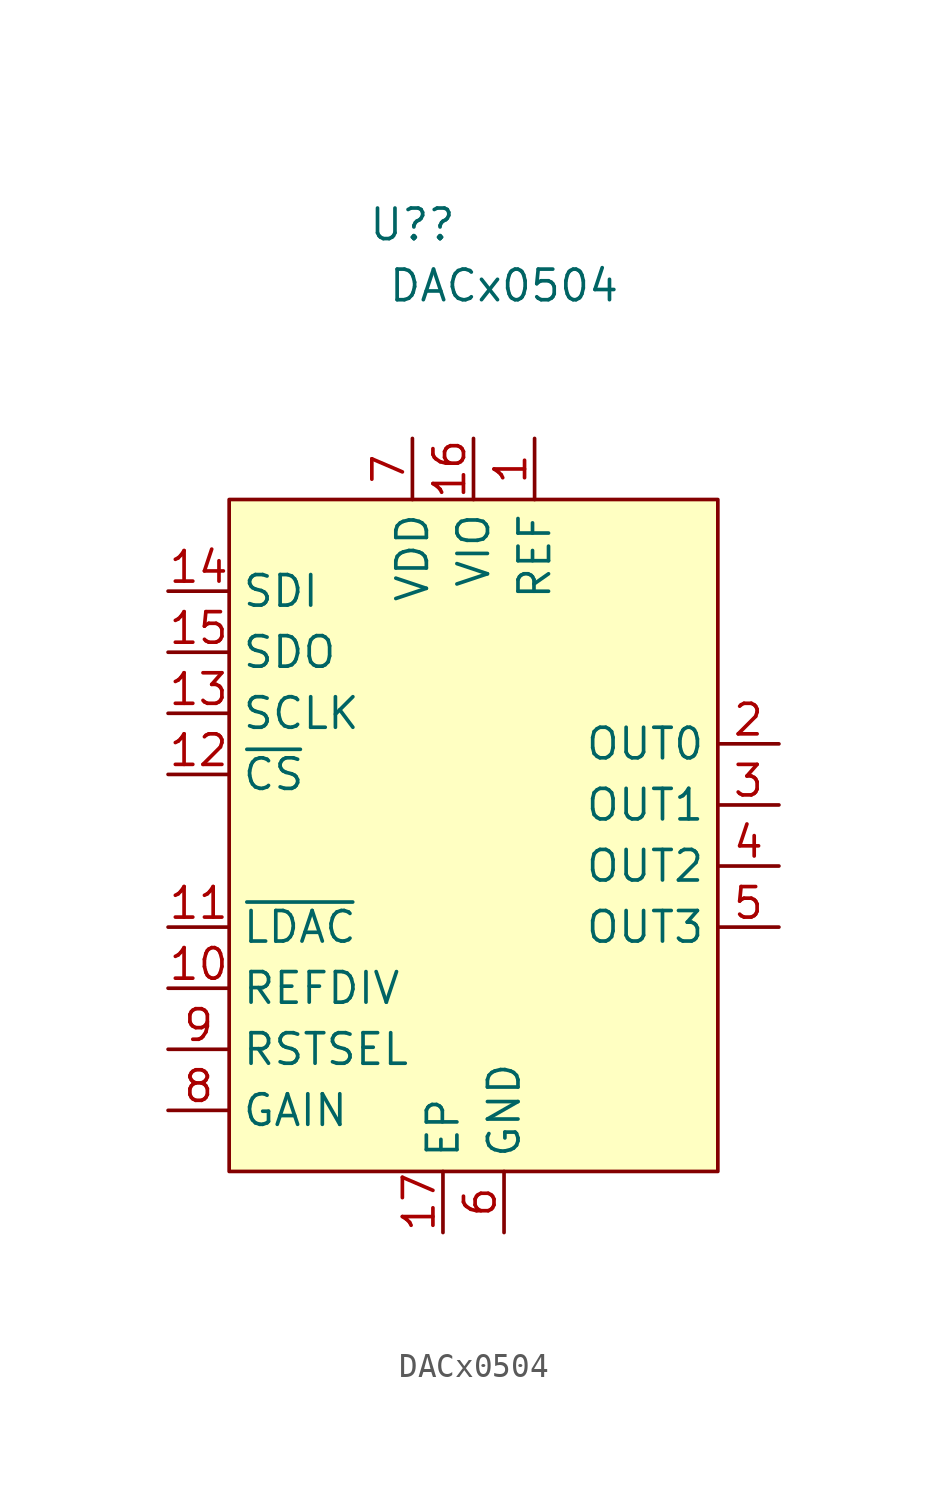
<source format=kicad_sym>
(kicad_symbol_lib
  (version 20220914)
  (generator kicad_symbol_editor)
  (symbol "DACx0504"
    (property "Reference" "U?"
      (at -2.54 25.4 0)
      (effects (font (size 1.27 1.27))))
    (property "Value" "DACx0504"
      (at 1.27 22.86 0)
      (effects (font (size 1.27 1.27))))
    (symbol "DACx0504_1_1"
      (rectangle (start -10.16 13.97) (end 10.16 -13.97) (stroke (width 0) (type default)) (fill (type background)))
      (pin input line (at 2.54 16.51 270) (length 2.54) (name "REF" (effects (font (size 1.27 1.27)))) (number "1" (effects (font (size 1.27 1.27)))))
      (pin input line (at -12.7 -6.35 0) (length 2.54) (name "REFDIV" (effects (font (size 1.27 1.27)))) (number "10" (effects (font (size 1.27 1.27)))))
      (pin input line (at -12.7 -3.81 0) (length 2.54) (name "~{LDAC}" (effects (font (size 1.27 1.27)))) (number "11" (effects (font (size 1.27 1.27)))))
      (pin input line (at -12.7 2.54 0) (length 2.54) (name "~{CS}" (effects (font (size 1.27 1.27)))) (number "12" (effects (font (size 1.27 1.27)))))
      (pin input line (at -12.7 5.08 0) (length 2.54) (name "SCLK" (effects (font (size 1.27 1.27)))) (number "13" (effects (font (size 1.27 1.27)))))
      (pin input line (at -12.7 10.16 0) (length 2.54) (name "SDI" (effects (font (size 1.27 1.27)))) (number "14" (effects (font (size 1.27 1.27)))))
      (pin input line (at -12.7 7.62 0) (length 2.54) (name "SDO" (effects (font (size 1.27 1.27)))) (number "15" (effects (font (size 1.27 1.27)))))
      (pin input line (at 0 16.51 270) (length 2.54) (name "VIO" (effects (font (size 1.27 1.27)))) (number "16" (effects (font (size 1.27 1.27)))))
      (pin passive line (at -1.27 -16.51 90) (length 2.54) (name "EP" (effects (font (size 1.27 1.27)))) (number "17" (effects (font (size 1.27 1.27)))))
      (pin input line (at 12.7 3.81 180) (length 2.54) (name "OUT0" (effects (font (size 1.27 1.27)))) (number "2" (effects (font (size 1.27 1.27)))))
      (pin input line (at 12.7 1.27 180) (length 2.54) (name "OUT1" (effects (font (size 1.27 1.27)))) (number "3" (effects (font (size 1.27 1.27)))))
      (pin input line (at 12.7 -1.27 180) (length 2.54) (name "OUT2" (effects (font (size 1.27 1.27)))) (number "4" (effects (font (size 1.27 1.27)))))
      (pin input line (at 12.7 -3.81 180) (length 2.54) (name "OUT3" (effects (font (size 1.27 1.27)))) (number "5" (effects (font (size 1.27 1.27)))))
      (pin input line (at 1.27 -16.51 90) (length 2.54) (name "GND" (effects (font (size 1.27 1.27)))) (number "6" (effects (font (size 1.27 1.27)))))
      (pin input line (at -2.54 16.51 270) (length 2.54) (name "VDD" (effects (font (size 1.27 1.27)))) (number "7" (effects (font (size 1.27 1.27)))))
      (pin input line (at -12.7 -11.43 0) (length 2.54) (name "GAIN" (effects (font (size 1.27 1.27)))) (number "8" (effects (font (size 1.27 1.27)))))
      (pin input line (at -12.7 -8.89 0) (length 2.54) (name "RSTSEL" (effects (font (size 1.27 1.27)))) (number "9" (effects (font (size 1.27 1.27))))))))
</source>
